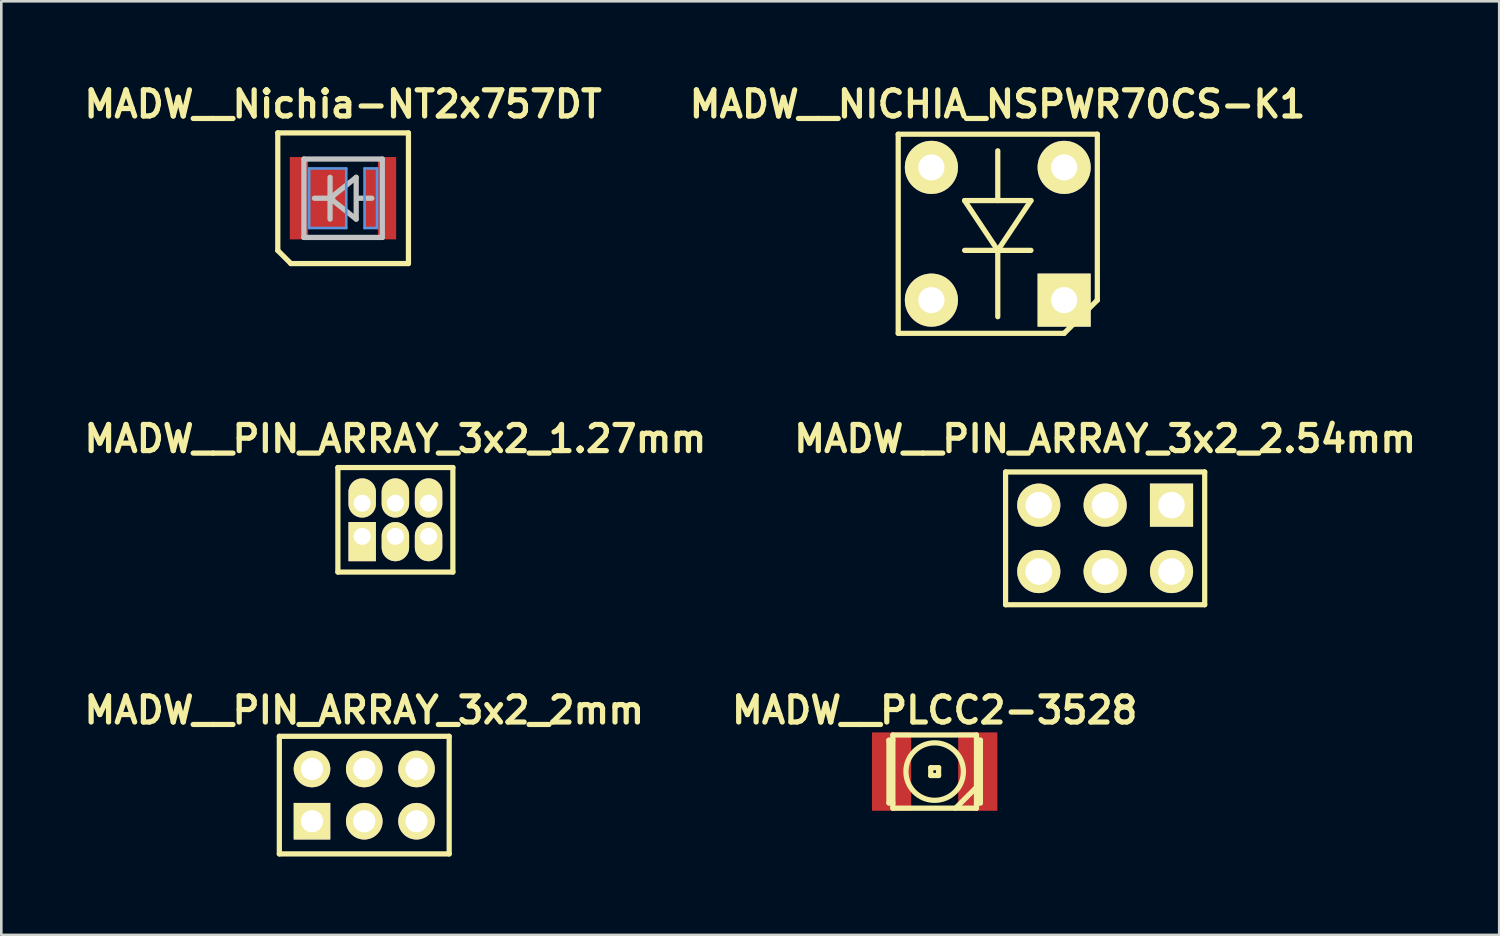
<source format=kicad_pcb>
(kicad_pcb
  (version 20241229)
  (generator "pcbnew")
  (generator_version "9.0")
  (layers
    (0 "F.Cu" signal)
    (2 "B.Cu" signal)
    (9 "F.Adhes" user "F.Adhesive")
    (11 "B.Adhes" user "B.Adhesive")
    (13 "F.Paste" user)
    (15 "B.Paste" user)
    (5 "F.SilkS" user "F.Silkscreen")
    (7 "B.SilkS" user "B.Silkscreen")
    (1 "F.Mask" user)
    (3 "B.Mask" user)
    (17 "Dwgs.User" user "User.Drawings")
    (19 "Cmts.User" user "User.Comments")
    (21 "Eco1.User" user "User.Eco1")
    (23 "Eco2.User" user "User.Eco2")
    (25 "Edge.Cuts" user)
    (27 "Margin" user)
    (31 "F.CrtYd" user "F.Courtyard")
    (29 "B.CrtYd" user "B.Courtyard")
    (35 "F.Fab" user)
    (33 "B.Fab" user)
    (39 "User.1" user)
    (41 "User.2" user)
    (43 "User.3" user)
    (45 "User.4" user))
  (footprint "MADW__Nichia-NT2x757DT"
    (layer "F.Cu")
    (at 10.081 4.536)
    (property "Reference" "MADW__Nichia-NT2x757DT" (at 0 -3.6 0) (layer "F.SilkS") (effects (font (size 1 1) (thickness 0.2))))
    (attr through_hole)
    (fp_line (start -2.5 -2.5) (end 2.5 -2.5) (stroke (width 0.2) (type solid)) (layer "F.SilkS"))
    (fp_line (start -2.5 2) (end -2.5 -2.5) (stroke (width 0.2) (type solid)) (layer "F.SilkS"))
    (fp_line (start -2 2.5) (end -2.5 2) (stroke (width 0.2) (type solid)) (layer "F.SilkS"))
    (fp_line (start 2.5 -2.5) (end 2.5 2.5) (stroke (width 0.2) (type solid)) (layer "F.SilkS"))
    (fp_line (start 2.5 2.5) (end -2 2.5) (stroke (width 0.2) (type solid)) (layer "F.SilkS"))
    (fp_line (start -1.5 -1.5) (end 1.5 -1.5) (stroke (width 0.2) (type solid)) (layer "Dwgs.User"))
    (fp_line (start -1.5 1.5) (end -1.5 -1.5) (stroke (width 0.2) (type solid)) (layer "Dwgs.User"))
    (fp_line (start -1.1 0) (end -0.4 0) (stroke (width 0.2) (type solid)) (layer "Dwgs.User"))
    (fp_line (start -0.5 0) (end 0.5 -0.8) (stroke (width 0.2) (type solid)) (layer "Dwgs.User"))
    (fp_line (start -0.5 0.8) (end -0.5 -0.8) (stroke (width 0.2) (type solid)) (layer "Dwgs.User"))
    (fp_line (start 0.5 -0.8) (end 0.5 0.8) (stroke (width 0.2) (type solid)) (layer "Dwgs.User"))
    (fp_line (start 0.5 0.8) (end -0.5 0) (stroke (width 0.2) (type solid)) (layer "Dwgs.User"))
    (fp_line (start 1.1 0) (end 0.6 0) (stroke (width 0.2) (type solid)) (layer "Dwgs.User"))
    (fp_line (start 1.5 -1.5) (end 1.5 1.5) (stroke (width 0.2) (type solid)) (layer "Dwgs.User"))
    (fp_line (start 1.5 1.5) (end -1.5 1.5) (stroke (width 0.2) (type solid)) (layer "Dwgs.User"))
    (fp_line (start -1.3 -1.14) (end 0.12 -1.14) (stroke (width 0.1) (type solid)) (layer "Cmts.User"))
    (fp_line (start -1.3 1.14) (end -1.3 -1.14) (stroke (width 0.1) (type solid)) (layer "Cmts.User"))
    (fp_line (start 0.12 -1.14) (end 0.12 1.14) (stroke (width 0.1) (type solid)) (layer "Cmts.User"))
    (fp_line (start 0.12 1.14) (end -1.3 1.14) (stroke (width 0.1) (type solid)) (layer "Cmts.User"))
    (fp_line (start 0.82 -1.14) (end 1.3 -1.14) (stroke (width 0.1) (type solid)) (layer "Cmts.User"))
    (fp_line (start 0.82 1.14) (end 0.82 -1.14) (stroke (width 0.1) (type solid)) (layer "Cmts.User"))
    (fp_line (start 1.3 -1.14) (end 1.3 1.14) (stroke (width 0.1) (type solid)) (layer "Cmts.User"))
    (fp_line (start 1.3 1.14) (end 0.82 1.14) (stroke (width 0.1) (type solid)) (layer "Cmts.User"))
    (pad "1" smd rect (at 1.1 0) (size 0.58 2.3) (layers "F.Cu" "F.Mask" "F.Paste"))
    (pad "1" smd rect (at 1.68 0) (size 0.7 3.15) (layers "F.Cu" "F.Mask" "F.Paste"))
    (pad "2" smd rect (at -1.69 0) (size 0.7 3.15) (layers "F.Cu" "F.Mask" "F.Paste"))
    (pad "2" smd rect (at -0.63 0) (size 1.53 2.3) (layers "F.Cu" "F.Mask" "F.Paste")))
  (footprint "MADW__PIN_ARRAY_3x2_2.54mm"
    (layer "F.Cu")
    (at 39.243 17.552)
    (property "Reference" "MADW__PIN_ARRAY_3x2_2.54mm" (at 0 -3.81 0) (layer "F.SilkS") (effects (font (size 1 1) (thickness 0.2))))
    (attr through_hole)
    (fp_line (start -3.81 -2.54) (end 3.81 -2.54) (stroke (width 0.2) (type solid)) (layer "F.SilkS"))
    (fp_line (start -3.81 2.54) (end -3.81 -2.54) (stroke (width 0.2) (type solid)) (layer "F.SilkS"))
    (fp_line (start 3.81 -2.54) (end 3.81 2.54) (stroke (width 0.2) (type solid)) (layer "F.SilkS"))
    (fp_line (start 3.81 2.54) (end -3.81 2.54) (stroke (width 0.2) (type solid)) (layer "F.SilkS"))
    (pad "1" thru_hole rect (at 2.54 -1.27) (size 1.651 1.651) (drill 1.016) (layers "*.Cu" "*.Mask" "F.SilkS"))
    (pad "2" thru_hole circle (at 2.54 1.27) (size 1.651 1.651) (drill 1.016) (layers "*.Cu" "*.Mask" "F.SilkS"))
    (pad "3" thru_hole circle (at 0 -1.27) (size 1.651 1.651) (drill 1.016) (layers "*.Cu" "*.Mask" "F.SilkS"))
    (pad "4" thru_hole circle (at 0 1.27) (size 1.651 1.651) (drill 1.016) (layers "*.Cu" "*.Mask" "F.SilkS"))
    (pad "5" thru_hole circle (at -2.54 -1.27) (size 1.651 1.651) (drill 1.016) (layers "*.Cu" "*.Mask" "F.SilkS"))
    (pad "6" thru_hole circle (at -2.54 1.27) (size 1.651 1.651) (drill 1.016) (layers "*.Cu" "*.Mask" "F.SilkS")))
  (footprint "MADW__PLCC2-3528"
    (layer "F.Cu")
    (at 32.719 26.478)
    (property "Reference" "MADW__PLCC2-3528" (at 0 -2.35 0) (layer "F.SilkS") (effects (font (size 1 1) (thickness 0.2))))
    (attr through_hole)
    (fp_line (start -1.75 -1.2) (end -1.75 1.2) (stroke (width 0.2) (type solid)) (layer "F.SilkS"))
    (fp_line (start -1.75 1.2) (end -1.6 1.2) (stroke (width 0.2) (type solid)) (layer "F.SilkS"))
    (fp_line (start -1.6 -1.4) (end 1.6 -1.4) (stroke (width 0.2) (type solid)) (layer "F.SilkS"))
    (fp_line (start -1.6 -1.2) (end -1.75 -1.2) (stroke (width 0.2) (type solid)) (layer "F.SilkS"))
    (fp_line (start -1.6 1.4) (end -1.6 -1.4) (stroke (width 0.2) (type solid)) (layer "F.SilkS"))
    (fp_line (start -0.15 -0.15) (end -0.15 0.15) (stroke (width 0.2) (type solid)) (layer "F.SilkS"))
    (fp_line (start -0.15 0.15) (end 0.15 0.15) (stroke (width 0.2) (type solid)) (layer "F.SilkS"))
    (fp_line (start 0.15 -0.15) (end -0.15 -0.15) (stroke (width 0.2) (type solid)) (layer "F.SilkS"))
    (fp_line (start 0.15 0.15) (end 0.15 -0.15) (stroke (width 0.2) (type solid)) (layer "F.SilkS"))
    (fp_line (start 1.6 -1.4) (end 1.6 1.4) (stroke (width 0.2) (type solid)) (layer "F.SilkS"))
    (fp_line (start 1.6 -1.2) (end 1.75 -1.2) (stroke (width 0.2) (type solid)) (layer "F.SilkS"))
    (fp_line (start 1.6 0.6) (end 0.8 1.4) (stroke (width 0.2) (type solid)) (layer "F.SilkS"))
    (fp_line (start 1.6 1.4) (end -1.6 1.4) (stroke (width 0.2) (type solid)) (layer "F.SilkS"))
    (fp_line (start 1.75 -1.2) (end 1.75 1.2) (stroke (width 0.2) (type solid)) (layer "F.SilkS"))
    (fp_line (start 1.75 1.2) (end 1.6 1.2) (stroke (width 0.2) (type solid)) (layer "F.SilkS"))
    (fp_circle (center 0 0) (end 0 -1.1) (stroke (width 0.2) (type solid)) (fill no) (layer "F.SilkS"))
    (pad "1" smd rect (at -1.65 0) (size 1.5 3) (layers "F.Cu" "F.Mask" "F.Paste"))
    (pad "2" smd rect (at 1.65 0) (size 1.5 3) (layers "F.Cu" "F.Mask" "F.Paste")))
  (footprint "MADW__PIN_ARRAY_3x2_2mm"
    (layer "F.Cu")
    (at 10.89 27.378)
    (property "Reference" "MADW__PIN_ARRAY_3x2_2mm" (at 0 -3.25 0) (layer "F.SilkS") (effects (font (size 1 1) (thickness 0.2))))
    (attr through_hole)
    (fp_line (start -3.25 -2.25) (end 3.25 -2.25) (stroke (width 0.2) (type solid)) (layer "F.SilkS"))
    (fp_line (start -3.25 2.25) (end -3.25 -2.25) (stroke (width 0.2) (type solid)) (layer "F.SilkS"))
    (fp_line (start 3.25 -2.25) (end 3.25 2.25) (stroke (width 0.2) (type solid)) (layer "F.SilkS"))
    (fp_line (start 3.25 2.25) (end -3.25 2.25) (stroke (width 0.2) (type solid)) (layer "F.SilkS"))
    (pad "1" thru_hole rect (at -2 1) (size 1.4 1.4) (drill 0.85) (layers "*.Cu" "*.Mask" "F.SilkS"))
    (pad "2" thru_hole circle (at -2 -1) (size 1.4 1.4) (drill 0.85) (layers "*.Cu" "*.Mask" "F.SilkS"))
    (pad "3" thru_hole circle (at 0 1) (size 1.4 1.4) (drill 0.85) (layers "*.Cu" "*.Mask" "F.SilkS"))
    (pad "4" thru_hole circle (at 0 -1) (size 1.4 1.4) (drill 0.85) (layers "*.Cu" "*.Mask" "F.SilkS"))
    (pad "5" thru_hole circle (at 2 1) (size 1.4 1.4) (drill 0.85) (layers "*.Cu" "*.Mask" "F.SilkS"))
    (pad "6" thru_hole circle (at 2 -1) (size 1.4 1.4) (drill 0.85) (layers "*.Cu" "*.Mask" "F.SilkS")))
  (footprint "MADW__NICHIA_NSPWR70CS-K1"
    (layer "F.Cu")
    (at 35.134 5.896)
    (property "Reference" "MADW__NICHIA_NSPWR70CS-K1" (at -0.01 -4.96 0) (layer "F.SilkS") (effects (font (size 1 1) (thickness 0.2))))
    (attr through_hole)
    (fp_line (start -3.81 -3.81) (end 3.81 -3.81) (stroke (width 0.2) (type solid)) (layer "F.SilkS"))
    (fp_line (start -3.81 3.81) (end -3.81 -3.81) (stroke (width 0.2) (type solid)) (layer "F.SilkS"))
    (fp_line (start -1.27 -1.27) (end 0 0.635) (stroke (width 0.2) (type solid)) (layer "F.SilkS"))
    (fp_line (start -1.27 0.635) (end 1.27 0.635) (stroke (width 0.2) (type solid)) (layer "F.SilkS"))
    (fp_line (start 0 -1.27) (end 0 -3.175) (stroke (width 0.2) (type solid)) (layer "F.SilkS"))
    (fp_line (start 0 0.635) (end 0 3.175) (stroke (width 0.2) (type solid)) (layer "F.SilkS"))
    (fp_line (start 0 0.635) (end 1.27 -1.27) (stroke (width 0.2) (type solid)) (layer "F.SilkS"))
    (fp_line (start 1.27 -1.27) (end -1.27 -1.27) (stroke (width 0.2) (type solid)) (layer "F.SilkS"))
    (fp_line (start 2.54 3.81) (end -3.81 3.81) (stroke (width 0.2) (type solid)) (layer "F.SilkS"))
    (fp_line (start 3.81 -3.81) (end 3.81 2.54) (stroke (width 0.2) (type solid)) (layer "F.SilkS"))
    (fp_line (start 3.81 2.54) (end 2.54 3.81) (stroke (width 0.2) (type solid)) (layer "F.SilkS"))
    (pad "1" thru_hole rect (at 2.54 2.54) (size 2.032 2.032) (drill 1.001) (layers "*.Cu" "*.Mask" "F.SilkS"))
    (pad "2" thru_hole circle (at 2.54 -2.54) (size 2.032 2.032) (drill 1.001) (layers "*.Cu" "*.Mask" "F.SilkS"))
    (pad "3" thru_hole circle (at -2.54 -2.54) (size 2.032 2.032) (drill 1.001) (layers "*.Cu" "*.Mask" "F.SilkS"))
    (pad "4" thru_hole circle (at -2.54 2.54) (size 2.032 2.032) (drill 1.001) (layers "*.Cu" "*.Mask" "F.SilkS")))
  (footprint "MADW__PIN_ARRAY_3x2_1.27mm"
    (layer "F.Cu")
    (at 12.081 16.842)
    (property "Reference" "MADW__PIN_ARRAY_3x2_1.27mm" (at 0 -3.1 0) (layer "F.SilkS") (effects (font (size 1 1) (thickness 0.2))))
    (attr through_hole)
    (fp_line (start -2.2 -2) (end -2.2 2) (stroke (width 0.2) (type solid)) (layer "F.SilkS"))
    (fp_line (start 2.2 -2) (end -2.2 -2) (stroke (width 0.2) (type solid)) (layer "F.SilkS"))
    (fp_line (start 2.2 -2) (end 2.2 2) (stroke (width 0.2) (type solid)) (layer "F.SilkS"))
    (fp_line (start 2.2 2) (end -2.2 2) (stroke (width 0.2) (type solid)) (layer "F.SilkS"))
    (pad "1" thru_hole rect (at -1.27 0.635) (size 1.05 1.5) (drill 0.65 (offset 0 0.2)) (layers "*.Cu" "*.Mask" "F.SilkS"))
    (pad "2" thru_hole oval (at -1.27 -0.635) (size 1.05 1.5) (drill 0.65 (offset 0 -0.2)) (layers "*.Cu" "*.Mask" "F.SilkS"))
    (pad "3" thru_hole oval (at 0 0.635) (size 1.05 1.5) (drill 0.65 (offset 0 0.2)) (layers "*.Cu" "*.Mask" "F.SilkS"))
    (pad "4" thru_hole oval (at 0 -0.635) (size 1.05 1.5) (drill 0.65 (offset 0 -0.2)) (layers "*.Cu" "*.Mask" "F.SilkS"))
    (pad "5" thru_hole oval (at 1.27 0.635) (size 1.05 1.5) (drill 0.65 (offset 0 0.2)) (layers "*.Cu" "*.Mask" "F.SilkS"))
    (pad "6" thru_hole oval (at 1.27 -0.635) (size 1.05 1.5) (drill 0.65 (offset 0 -0.2)) (layers "*.Cu" "*.Mask" "F.SilkS")))
  (gr_rect
    (start -3 -3)
    (end 54.324 32.728)
    (stroke (width 0.1) (type default))
    (fill no)
    (layer "Edge.Cuts")))
</source>
